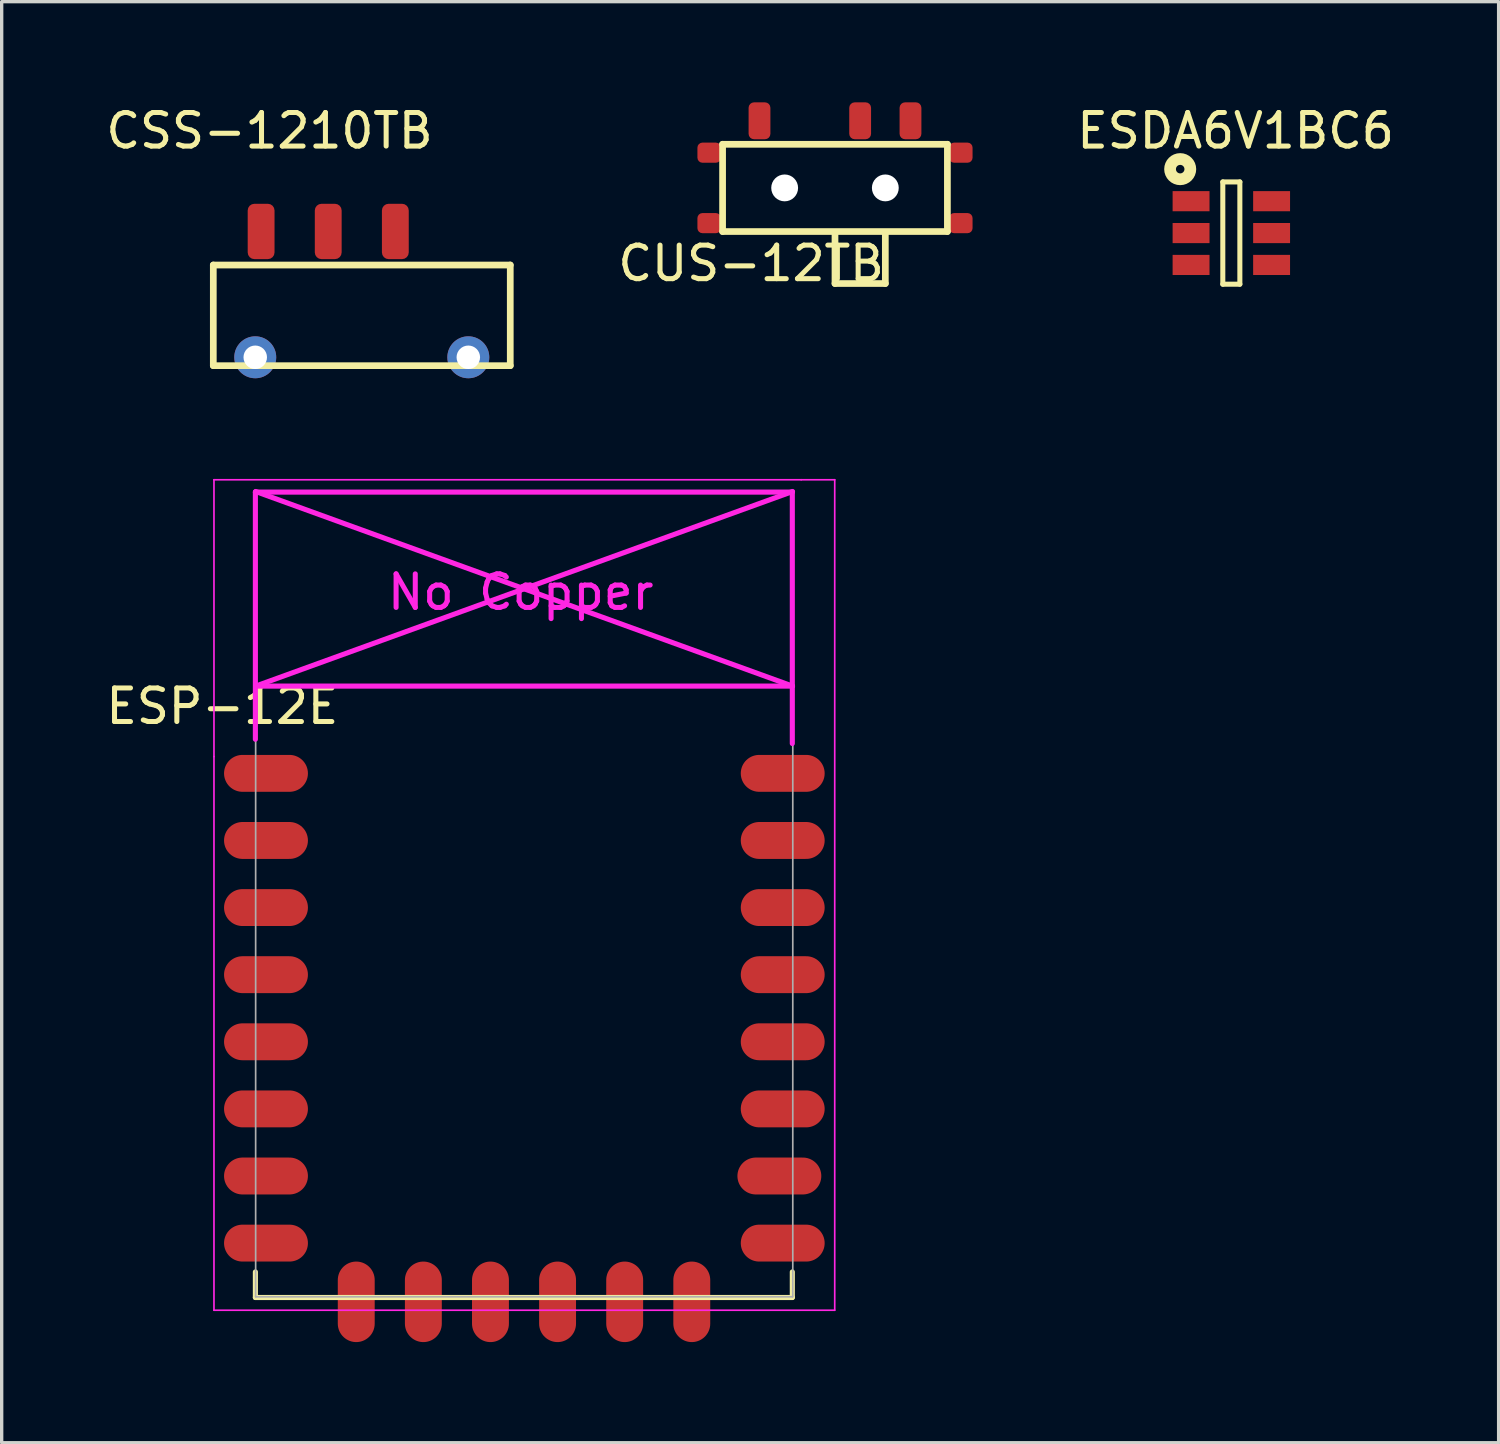
<source format=kicad_pcb>
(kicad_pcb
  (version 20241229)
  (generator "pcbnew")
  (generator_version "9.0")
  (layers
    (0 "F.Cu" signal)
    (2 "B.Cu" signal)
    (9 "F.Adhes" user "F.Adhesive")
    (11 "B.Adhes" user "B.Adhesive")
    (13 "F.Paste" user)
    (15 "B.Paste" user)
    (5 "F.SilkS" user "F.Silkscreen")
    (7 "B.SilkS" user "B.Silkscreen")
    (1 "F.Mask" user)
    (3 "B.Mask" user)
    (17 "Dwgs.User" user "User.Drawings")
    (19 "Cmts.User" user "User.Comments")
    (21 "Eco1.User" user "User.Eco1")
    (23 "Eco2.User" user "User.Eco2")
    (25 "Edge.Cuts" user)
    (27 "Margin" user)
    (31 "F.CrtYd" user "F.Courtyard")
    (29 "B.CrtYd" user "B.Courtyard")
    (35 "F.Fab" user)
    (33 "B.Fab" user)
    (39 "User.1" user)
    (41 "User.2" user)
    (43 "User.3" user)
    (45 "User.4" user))
  (footprint "CUS-12TB"
    (layer "F.Cu")
    (at 21.835 2.55)
    (property "Reference" "CUS-12TB" (at -2.5 2.25 0) (layer "F.SilkS") (effects (font (size 1 1) (thickness 0.15))))
    (attr through_hole)
    (fp_line (start -3.35 -1.3) (end -3.35 1.3) (stroke (width 0.2) (type solid)) (layer "F.SilkS"))
    (fp_line (start -3.35 -1.3) (end 3.35 -1.3) (stroke (width 0.2) (type solid)) (layer "F.SilkS"))
    (fp_line (start -3.35 1.3) (end 3.35 1.3) (stroke (width 0.2) (type solid)) (layer "F.SilkS"))
    (fp_line (start 0 1.35) (end 0 2.85) (stroke (width 0.2) (type solid)) (layer "F.SilkS"))
    (fp_line (start 0 2.85) (end 1.5 2.85) (stroke (width 0.2) (type solid)) (layer "F.SilkS"))
    (fp_line (start 1.5 1.35) (end 1.5 2.85) (stroke (width 0.2) (type solid)) (layer "F.SilkS"))
    (fp_line (start 3.35 -1.3) (end 3.35 1.3) (stroke (width 0.2) (type solid)) (layer "F.SilkS"))
    (pad "" np_thru_hole circle (at -1.5 0 90) (size 0.8 0.8) (drill 0.8) (layers "*.Cu" "*.Mask"))
    (pad "" np_thru_hole circle (at 1.5 0 90) (size 0.8 0.8) (drill 0.8) (layers "*.Cu" "*.Mask"))
    (pad "1" smd roundrect (at -2.25 -2) (size 0.65 1.1) (layers "F.Cu" "F.Mask" "F.Paste") (roundrect_rratio 0.25))
    (pad "2" smd roundrect (at 0.75 -2) (size 0.65 1.1) (layers "F.Cu" "F.Mask" "F.Paste") (roundrect_rratio 0.25))
    (pad "3" smd roundrect (at 2.25 -2) (size 0.65 1.1) (layers "F.Cu" "F.Mask" "F.Paste") (roundrect_rratio 0.25))
    (pad "4" smd roundrect (at -3.75 -1.05 90) (size 0.6 0.7) (layers "F.Cu" "F.Mask" "F.Paste") (roundrect_rratio 0.25))
    (pad "4" smd roundrect (at -3.75 1.05 90) (size 0.6 0.7) (layers "F.Cu" "F.Mask" "F.Paste") (roundrect_rratio 0.25))
    (pad "4" smd roundrect (at 3.75 -1.05 90) (size 0.6 0.7) (layers "F.Cu" "F.Mask" "F.Paste") (roundrect_rratio 0.25))
    (pad "4" smd roundrect (at 3.75 1.05 90) (size 0.6 0.7) (layers "F.Cu" "F.Mask" "F.Paste") (roundrect_rratio 0.25)))
  (footprint "ESP-12E"
    (layer "F.Cu")
    (at 5.577 19.998)
    (property "Reference" "ESP-12E" (at -2 -2 0) (layer "F.SilkS") (effects (font (size 1 1) (thickness 0.15))))
    (attr through_hole)
    (fp_line (start -1.016 14.859) (end -1.016 15.621) (stroke (width 0.152) (type solid)) (layer "F.SilkS"))
    (fp_line (start -1.016 15.621) (end 14.986 15.621) (stroke (width 0.152) (type solid)) (layer "F.SilkS"))
    (fp_line (start 14.986 15.621) (end 14.986 14.859) (stroke (width 0.152) (type solid)) (layer "F.SilkS"))
    (fp_line (start -2.25 -8.75) (end 15.25 -8.75) (stroke (width 0.05) (type solid)) (layer "F.CrtYd"))
    (fp_line (start -2.25 -0.5) (end -2.25 -8.75) (stroke (width 0.05) (type solid)) (layer "F.CrtYd"))
    (fp_line (start -2.25 16) (end -2.25 -0.5) (stroke (width 0.05) (type solid)) (layer "F.CrtYd"))
    (fp_line (start -1.016 -8.382) (end -1.016 -1.016) (stroke (width 0.152) (type solid)) (layer "F.CrtYd"))
    (fp_line (start -1.016 -8.382) (end 14.986 -8.382) (stroke (width 0.152) (type solid)) (layer "F.CrtYd"))
    (fp_line (start -1.008 -8.4) (end 14.992 -2.6) (stroke (width 0.152) (type solid)) (layer "F.CrtYd"))
    (fp_line (start -1.008 -2.6) (end 14.992 -2.6) (stroke (width 0.152) (type solid)) (layer "F.CrtYd"))
    (fp_line (start 14.986 -8.382) (end 14.986 -0.889) (stroke (width 0.152) (type solid)) (layer "F.CrtYd"))
    (fp_line (start 14.992 -8.4) (end -1.008 -2.6) (stroke (width 0.152) (type solid)) (layer "F.CrtYd"))
    (fp_line (start 15.25 -8.75) (end 16.25 -8.75) (stroke (width 0.05) (type solid)) (layer "F.CrtYd"))
    (fp_line (start 16.25 -8.75) (end 16.25 16) (stroke (width 0.05) (type solid)) (layer "F.CrtYd"))
    (fp_line (start 16.25 16) (end -2.25 16) (stroke (width 0.05) (type solid)) (layer "F.CrtYd"))
    (fp_line (start -1.008 -8.4) (end 14.992 -8.4) (stroke (width 0.05) (type solid)) (layer "F.Fab"))
    (fp_line (start -1.008 15.6) (end -1.008 -8.4) (stroke (width 0.05) (type solid)) (layer "F.Fab"))
    (fp_line (start 14.992 15.6) (end -1.008 15.6) (stroke (width 0.05) (type solid)) (layer "F.Fab"))
    (fp_line (start 15 -8.4) (end 15 15.6) (stroke (width 0.05) (type solid)) (layer "F.Fab"))
    (fp_text user "No Copper" (at 6.892 -5.4 0) (layer "F.CrtYd") (effects (font (size 1 1) (thickness 0.15))))
    (pad "1" smd oval (at 0 0) (size 2.5 1.1) (drill (offset -0.7 0)) (layers "F.Cu" "F.Mask" "F.Paste"))
    (pad "2" smd oval (at 0 2) (size 2.5 1.1) (drill (offset -0.7 0)) (layers "F.Cu" "F.Mask" "F.Paste"))
    (pad "3" smd oval (at 0 4) (size 2.5 1.1) (drill (offset -0.7 0)) (layers "F.Cu" "F.Mask" "F.Paste"))
    (pad "4" smd oval (at 0 6) (size 2.5 1.1) (drill (offset -0.7 0)) (layers "F.Cu" "F.Mask" "F.Paste"))
    (pad "5" smd oval (at 0 8) (size 2.5 1.1) (drill (offset -0.7 0)) (layers "F.Cu" "F.Mask" "F.Paste"))
    (pad "6" smd oval (at 0 10) (size 2.5 1.1) (drill (offset -0.7 0)) (layers "F.Cu" "F.Mask" "F.Paste"))
    (pad "7" smd oval (at 0 12) (size 2.5 1.1) (drill (offset -0.7 0)) (layers "F.Cu" "F.Mask" "F.Paste"))
    (pad "8" smd oval (at 0 14) (size 2.5 1.1) (drill (offset -0.7 0)) (layers "F.Cu" "F.Mask" "F.Paste"))
    (pad "9" smd oval (at 1.99 15.75 90) (size 2.4 1.1) (layers "F.Cu" "F.Mask" "F.Paste"))
    (pad "10" smd oval (at 3.99 15.75 90) (size 2.4 1.1) (layers "F.Cu" "F.Mask" "F.Paste"))
    (pad "11" smd oval (at 5.99 15.75 90) (size 2.4 1.1) (layers "F.Cu" "F.Mask" "F.Paste"))
    (pad "12" smd oval (at 7.99 15.75 90) (size 2.4 1.1) (layers "F.Cu" "F.Mask" "F.Paste"))
    (pad "13" smd oval (at 9.99 15.75 90) (size 2.4 1.1) (layers "F.Cu" "F.Mask" "F.Paste"))
    (pad "14" smd oval (at 11.99 15.75 90) (size 2.4 1.1) (layers "F.Cu" "F.Mask" "F.Paste"))
    (pad "15" smd oval (at 14 14) (size 2.5 1.1) (drill (offset 0.7 0)) (layers "F.Cu" "F.Mask" "F.Paste"))
    (pad "16" smd oval (at 14 12) (size 2.5 1.1) (drill (offset 0.6 0)) (layers "F.Cu" "F.Mask" "F.Paste"))
    (pad "17" smd oval (at 14 10) (size 2.5 1.1) (drill (offset 0.7 0)) (layers "F.Cu" "F.Mask" "F.Paste"))
    (pad "18" smd oval (at 14 8) (size 2.5 1.1) (drill (offset 0.7 0)) (layers "F.Cu" "F.Mask" "F.Paste"))
    (pad "19" smd oval (at 14 6) (size 2.5 1.1) (drill (offset 0.7 0)) (layers "F.Cu" "F.Mask" "F.Paste"))
    (pad "20" smd oval (at 14 4) (size 2.5 1.1) (drill (offset 0.7 0)) (layers "F.Cu" "F.Mask" "F.Paste"))
    (pad "21" smd oval (at 14 2) (size 2.5 1.1) (drill (offset 0.7 0)) (layers "F.Cu" "F.Mask" "F.Paste"))
    (pad "22" smd oval (at 14 0) (size 2.5 1.1) (drill (offset 0.7 0)) (layers "F.Cu" "F.Mask" "F.Paste")))
  (footprint "ESDA6V1BC6"
    (layer "F.Cu")
    (at 33.647 3.896)
    (property "Reference" "ESDA6V1BC6" (at 0.127 -3.048 0) (layer "F.SilkS") (effects (font (size 1 1) (thickness 0.15))))
    (attr through_hole)
    (fp_line (start -0.254 -1.524) (end -0.254 1.524) (stroke (width 0.15) (type solid)) (layer "F.SilkS"))
    (fp_line (start -0.254 -1.524) (end 0.254 -1.524) (stroke (width 0.15) (type solid)) (layer "F.SilkS"))
    (fp_line (start -0.254 1.524) (end 0.254 1.524) (stroke (width 0.15) (type solid)) (layer "F.SilkS"))
    (fp_line (start 0.254 1.524) (end 0.254 -1.524) (stroke (width 0.15) (type solid)) (layer "F.SilkS"))
    (fp_circle (center -1.524 -1.905) (end -1.524 -1.778) (stroke (width 0.35) (type solid)) (fill no) (layer "F.SilkS"))
    (pad "1" smd rect (at -1.2 -0.95) (size 1.1 0.6) (layers "F.Cu" "F.Mask" "F.Paste"))
    (pad "2" smd rect (at -1.2 0) (size 1.1 0.6) (layers "F.Cu" "F.Mask" "F.Paste"))
    (pad "3" smd rect (at -1.2 0.95) (size 1.1 0.6) (layers "F.Cu" "F.Mask" "F.Paste"))
    (pad "4" smd rect (at 1.2 0.95) (size 1.1 0.6) (layers "F.Cu" "F.Mask" "F.Paste"))
    (pad "5" smd rect (at 1.2 0) (size 1.1 0.6) (layers "F.Cu" "F.Mask" "F.Paste"))
    (pad "6" smd rect (at 1.2 -0.95) (size 1.1 0.6) (layers "F.Cu" "F.Mask" "F.Paste")))
  (footprint "CSS-1210TB"
    (layer "F.Cu")
    (at 7.732 5.848)
    (property "Reference" "CSS-1210TB" (at -2.75 -5 0) (layer "F.SilkS") (effects (font (size 1 1) (thickness 0.15))))
    (attr through_hole)
    (fp_line (start -4.425 -1) (end -4.425 2) (stroke (width 0.2) (type solid)) (layer "F.SilkS"))
    (fp_line (start -4.425 -1) (end 4.425 -1) (stroke (width 0.2) (type solid)) (layer "F.SilkS"))
    (fp_line (start -4.425 2) (end 4.425 2) (stroke (width 0.2) (type solid)) (layer "F.SilkS"))
    (fp_line (start 4.425 -1) (end 4.425 2) (stroke (width 0.2) (type solid)) (layer "F.SilkS"))
    (pad "" np_thru_hole circle (at -3.175 1.75) (size 1.25 1.25) (drill 0.7) (layers "*.Cu" "*.Mask"))
    (pad "" np_thru_hole circle (at 3.175 1.75) (size 1.25 1.25) (drill 0.7) (layers "*.Cu" "*.Mask"))
    (pad "1" smd roundrect (at -3 -2) (size 0.8 1.65) (layers "F.Cu" "F.Mask" "F.Paste") (roundrect_rratio 0.25))
    (pad "2" smd roundrect (at -1 -2) (size 0.8 1.65) (layers "F.Cu" "F.Mask" "F.Paste") (roundrect_rratio 0.25))
    (pad "3" smd roundrect (at 1 -2) (size 0.8 1.65) (layers "F.Cu" "F.Mask" "F.Paste") (roundrect_rratio 0.25)))
  (gr_rect
    (start -3 -3)
    (end 41.613 39.948)
    (stroke (width 0.1) (type default))
    (fill no)
    (layer "Edge.Cuts")))
</source>
